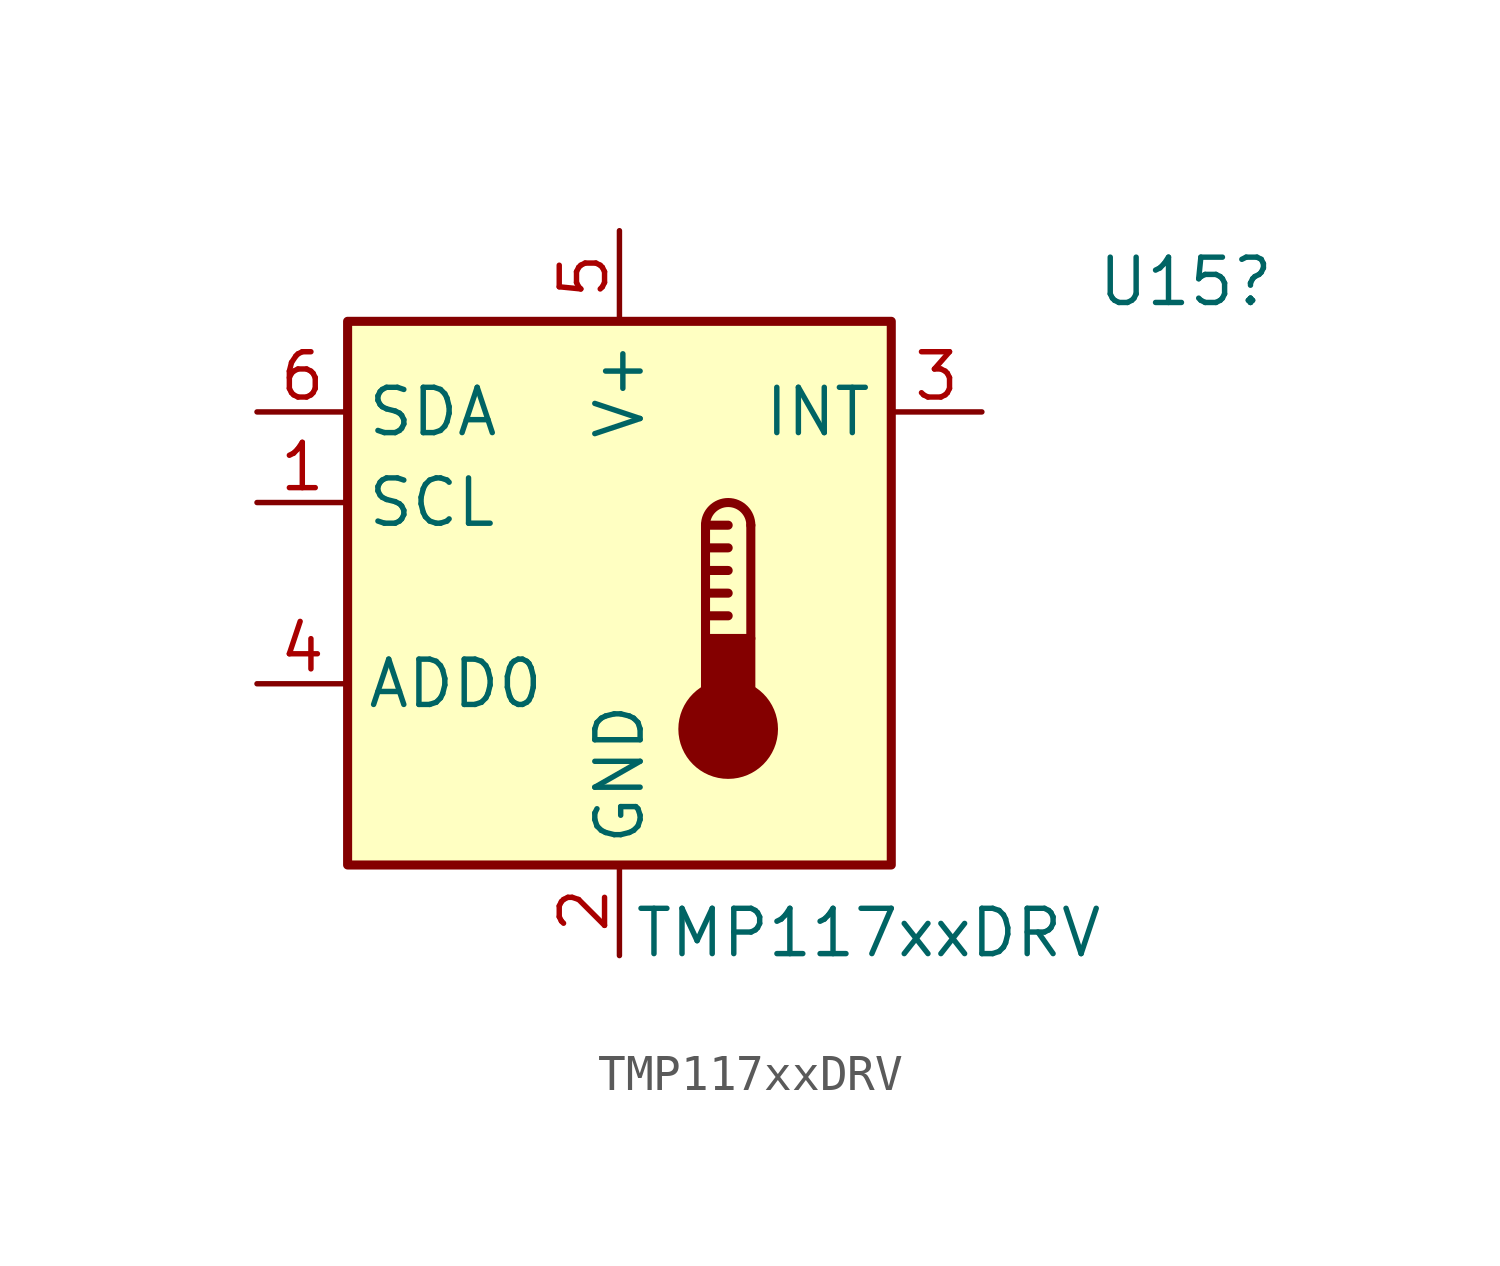
<source format=kicad_sym>
(kicad_symbol_lib
  (version 20220914)
  (generator kicad_symbol_editor)
  (symbol "TMP117xxDRV"
    (property "Reference" "U15"
      (at 15.875 8.728 0)
      (effects (font (size 1.27 1.27))))
    (property "Value" "TMP117xxDRV"
      (at 6.985 -9.525 0)
      (effects (font (size 1.27 1.27))))
    (symbol "TMP117xxDRV_0_1"
      (rectangle (start -7.62 7.62) (end 7.62 -7.62) (stroke (width 0.254) (type default)) (fill (type background))))
    (symbol "TMP117xxDRV_1_1"
      (polyline (pts (xy 2.413 -0.635) (xy 3.048 -0.635)) (stroke (width 0.254) (type default)) (fill (type none)))
      (polyline (pts (xy 2.413 0) (xy 3.048 0)) (stroke (width 0.254) (type default)) (fill (type none)))
      (polyline (pts (xy 2.413 0.635) (xy 3.048 0.635)) (stroke (width 0.254) (type default)) (fill (type none)))
      (polyline (pts (xy 2.413 1.27) (xy 3.048 1.27)) (stroke (width 0.254) (type default)) (fill (type none)))
      (polyline (pts (xy 2.413 1.905) (xy 2.413 -1.27)) (stroke (width 0.254) (type default)) (fill (type none)))
      (polyline (pts (xy 2.413 1.905) (xy 3.048 1.905)) (stroke (width 0.254) (type default)) (fill (type none)))
      (polyline (pts (xy 3.683 1.905) (xy 3.683 -1.27)) (stroke (width 0.254) (type default)) (fill (type none)))
      (circle (center 3.048 -3.81) (radius 1.27) (stroke (width 0.254) (type default)) (fill (type outline)))
      (rectangle (start 3.683 -3.175) (end 2.413 -1.27) (stroke (width 0.254) (type default)) (fill (type outline)))
      (arc (start 3.683 1.905) (mid 3.048 2.5373) (end 2.413 1.905) (stroke (width 0.254) (type default)) (fill (type none)))
      (pin input line (at -10.16 2.54 0) (length 2.54) (name "SCL" (effects (font (size 1.27 1.27)))) (number "1" (effects (font (size 1.27 1.27)))))
      (pin power_in line (at 0 -10.16 90) (length 2.54) (name "GND" (effects (font (size 1.27 1.27)))) (number "2" (effects (font (size 1.27 1.27)))))
      (pin open_collector line (at 10.16 5.08 180) (length 2.54) (name "INT" (effects (font (size 1.27 1.27)))) (number "3" (effects (font (size 1.27 1.27)))))
      (pin input line (at -10.16 -2.54 0) (length 2.54) (name "ADD0" (effects (font (size 1.27 1.27)))) (number "4" (effects (font (size 1.27 1.27)))))
      (pin power_in line (at 0 10.16 270) (length 2.54) (name "V+" (effects (font (size 1.27 1.27)))) (number "5" (effects (font (size 1.27 1.27)))))
      (pin bidirectional line (at -10.16 5.08 0) (length 2.54) (name "SDA" (effects (font (size 1.27 1.27)))) (number "6" (effects (font (size 1.27 1.27))))))))
</source>
